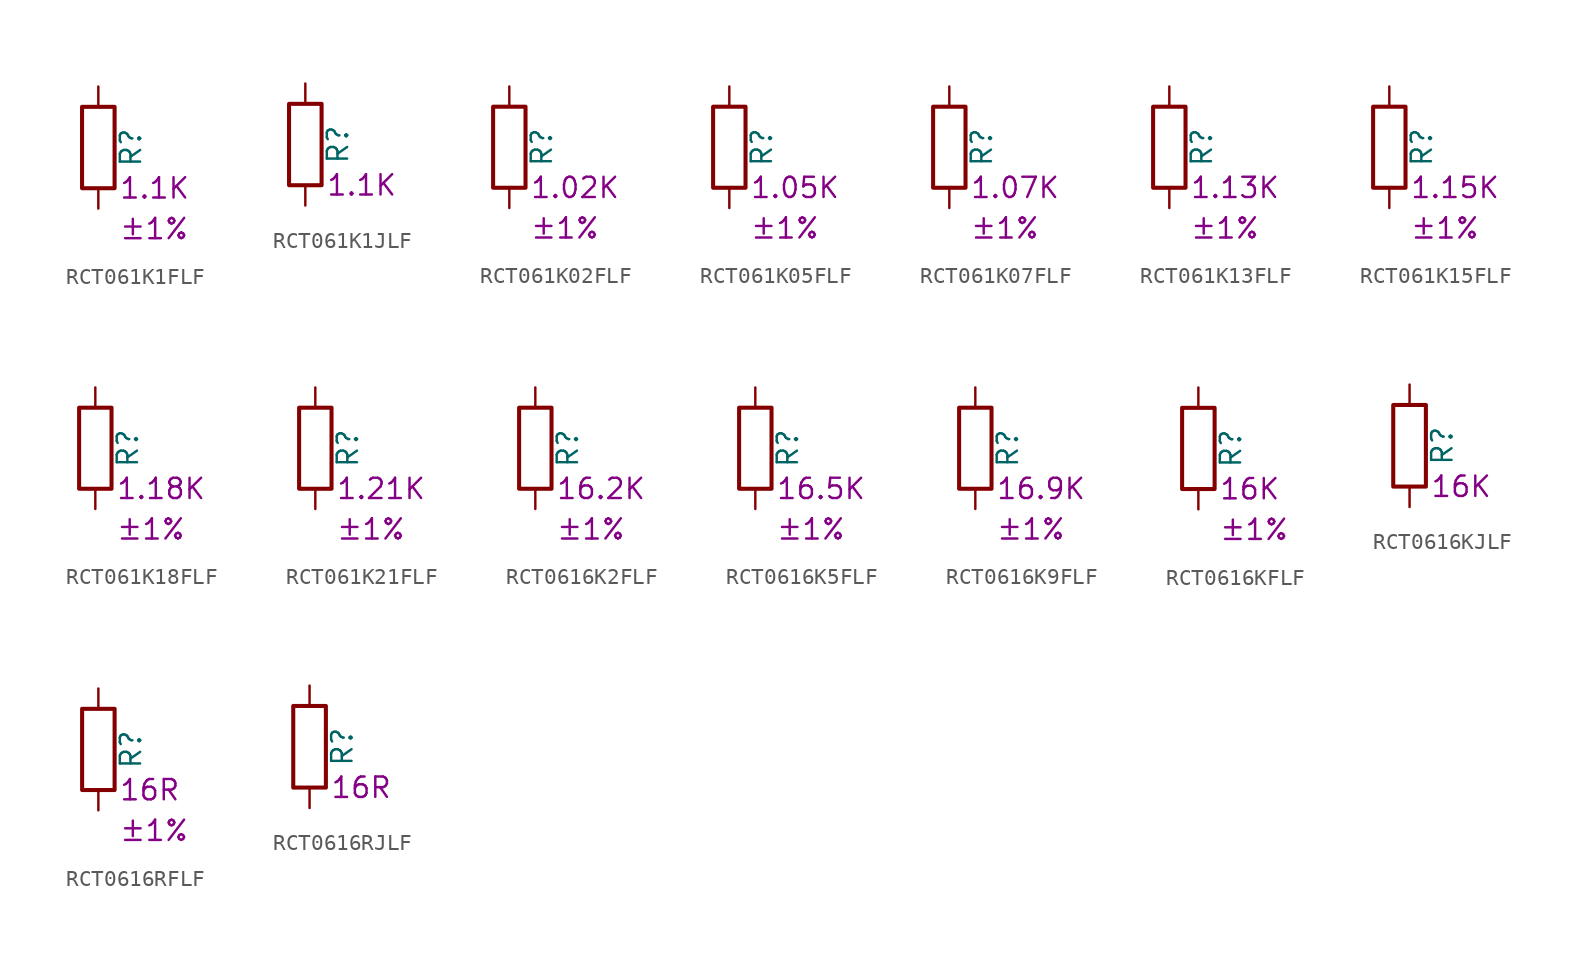
<source format=kicad_sym>
(kicad_symbol_lib
  (version 20220914)
  (generator kicad_symbol_editor)
  (symbol "RCT061K1FLF"
    (pin_numbers hide)
    (pin_names
      (offset 0))
    (property "Reference" "R"
      (at 2.032 0 90)
      (effects (font (size 1.27 1.27))))
    (property "Resistance" "1.1K"
      (at 1.27 -2.54 0)
      (effects (font (size 1.27 1.27)) (justify left)))
    (property "Tolerance" "±1%"
      (at 1.27 -5.08 0)
      (effects (font (size 1.27 1.27)) (justify left)))
    (symbol "RCT061K1FLF_0_1"
      (rectangle (start -1.016 -2.54) (end 1.016 2.54) (stroke (width 0.254) (type default)) (fill (type none))))
    (symbol "RCT061K1FLF_1_1"
      (pin passive line (at 0 3.81 270) (length 1.27) (name "~" (effects (font (size 1.27 1.27)))) (number "1" (effects (font (size 1.27 1.27)))))
      (pin passive line (at 0 -3.81 90) (length 1.27) (name "~" (effects (font (size 1.27 1.27)))) (number "2" (effects (font (size 1.27 1.27)))))))
  (symbol "RCT061K1JLF"
    (pin_numbers hide)
    (pin_names
      (offset 0))
    (property "Reference" "R"
      (at 2.032 0 90)
      (effects (font (size 1.27 1.27))))
    (property "Resistance" "1.1K"
      (at 1.27 -2.54 0)
      (effects (font (size 1.27 1.27)) (justify left)))
    (symbol "RCT061K1JLF_0_1"
      (rectangle (start -1.016 -2.54) (end 1.016 2.54) (stroke (width 0.254) (type default)) (fill (type none))))
    (symbol "RCT061K1JLF_1_1"
      (pin passive line (at 0 3.81 270) (length 1.27) (name "~" (effects (font (size 1.27 1.27)))) (number "1" (effects (font (size 1.27 1.27)))))
      (pin passive line (at 0 -3.81 90) (length 1.27) (name "~" (effects (font (size 1.27 1.27)))) (number "2" (effects (font (size 1.27 1.27)))))))
  (symbol "RCT061K02FLF"
    (pin_numbers hide)
    (pin_names
      (offset 0))
    (property "Reference" "R"
      (at 2.032 0 90)
      (effects (font (size 1.27 1.27))))
    (property "Resistance" "1.02K"
      (at 1.27 -2.54 0)
      (effects (font (size 1.27 1.27)) (justify left)))
    (property "Tolerance" "±1%"
      (at 1.27 -5.08 0)
      (effects (font (size 1.27 1.27)) (justify left)))
    (symbol "RCT061K02FLF_0_1"
      (rectangle (start -1.016 -2.54) (end 1.016 2.54) (stroke (width 0.254) (type default)) (fill (type none))))
    (symbol "RCT061K02FLF_1_1"
      (pin passive line (at 0 3.81 270) (length 1.27) (name "~" (effects (font (size 1.27 1.27)))) (number "1" (effects (font (size 1.27 1.27)))))
      (pin passive line (at 0 -3.81 90) (length 1.27) (name "~" (effects (font (size 1.27 1.27)))) (number "2" (effects (font (size 1.27 1.27)))))))
  (symbol "RCT061K05FLF"
    (pin_numbers hide)
    (pin_names
      (offset 0))
    (property "Reference" "R"
      (at 2.032 0 90)
      (effects (font (size 1.27 1.27))))
    (property "Resistance" "1.05K"
      (at 1.27 -2.54 0)
      (effects (font (size 1.27 1.27)) (justify left)))
    (property "Tolerance" "±1%"
      (at 1.27 -5.08 0)
      (effects (font (size 1.27 1.27)) (justify left)))
    (symbol "RCT061K05FLF_0_1"
      (rectangle (start -1.016 -2.54) (end 1.016 2.54) (stroke (width 0.254) (type default)) (fill (type none))))
    (symbol "RCT061K05FLF_1_1"
      (pin passive line (at 0 3.81 270) (length 1.27) (name "~" (effects (font (size 1.27 1.27)))) (number "1" (effects (font (size 1.27 1.27)))))
      (pin passive line (at 0 -3.81 90) (length 1.27) (name "~" (effects (font (size 1.27 1.27)))) (number "2" (effects (font (size 1.27 1.27)))))))
  (symbol "RCT061K07FLF"
    (pin_numbers hide)
    (pin_names
      (offset 0))
    (property "Reference" "R"
      (at 2.032 0 90)
      (effects (font (size 1.27 1.27))))
    (property "Resistance" "1.07K"
      (at 1.27 -2.54 0)
      (effects (font (size 1.27 1.27)) (justify left)))
    (property "Tolerance" "±1%"
      (at 1.27 -5.08 0)
      (effects (font (size 1.27 1.27)) (justify left)))
    (symbol "RCT061K07FLF_0_1"
      (rectangle (start -1.016 -2.54) (end 1.016 2.54) (stroke (width 0.254) (type default)) (fill (type none))))
    (symbol "RCT061K07FLF_1_1"
      (pin passive line (at 0 3.81 270) (length 1.27) (name "~" (effects (font (size 1.27 1.27)))) (number "1" (effects (font (size 1.27 1.27)))))
      (pin passive line (at 0 -3.81 90) (length 1.27) (name "~" (effects (font (size 1.27 1.27)))) (number "2" (effects (font (size 1.27 1.27)))))))
  (symbol "RCT061K13FLF"
    (pin_numbers hide)
    (pin_names
      (offset 0))
    (property "Reference" "R"
      (at 2.032 0 90)
      (effects (font (size 1.27 1.27))))
    (property "Resistance" "1.13K"
      (at 1.27 -2.54 0)
      (effects (font (size 1.27 1.27)) (justify left)))
    (property "Tolerance" "±1%"
      (at 1.27 -5.08 0)
      (effects (font (size 1.27 1.27)) (justify left)))
    (symbol "RCT061K13FLF_0_1"
      (rectangle (start -1.016 -2.54) (end 1.016 2.54) (stroke (width 0.254) (type default)) (fill (type none))))
    (symbol "RCT061K13FLF_1_1"
      (pin passive line (at 0 3.81 270) (length 1.27) (name "~" (effects (font (size 1.27 1.27)))) (number "1" (effects (font (size 1.27 1.27)))))
      (pin passive line (at 0 -3.81 90) (length 1.27) (name "~" (effects (font (size 1.27 1.27)))) (number "2" (effects (font (size 1.27 1.27)))))))
  (symbol "RCT061K15FLF"
    (pin_numbers hide)
    (pin_names
      (offset 0))
    (property "Reference" "R"
      (at 2.032 0 90)
      (effects (font (size 1.27 1.27))))
    (property "Resistance" "1.15K"
      (at 1.27 -2.54 0)
      (effects (font (size 1.27 1.27)) (justify left)))
    (property "Tolerance" "±1%"
      (at 1.27 -5.08 0)
      (effects (font (size 1.27 1.27)) (justify left)))
    (symbol "RCT061K15FLF_0_1"
      (rectangle (start -1.016 -2.54) (end 1.016 2.54) (stroke (width 0.254) (type default)) (fill (type none))))
    (symbol "RCT061K15FLF_1_1"
      (pin passive line (at 0 3.81 270) (length 1.27) (name "~" (effects (font (size 1.27 1.27)))) (number "1" (effects (font (size 1.27 1.27)))))
      (pin passive line (at 0 -3.81 90) (length 1.27) (name "~" (effects (font (size 1.27 1.27)))) (number "2" (effects (font (size 1.27 1.27)))))))
  (symbol "RCT061K18FLF"
    (pin_numbers hide)
    (pin_names
      (offset 0))
    (property "Reference" "R"
      (at 2.032 0 90)
      (effects (font (size 1.27 1.27))))
    (property "Resistance" "1.18K"
      (at 1.27 -2.54 0)
      (effects (font (size 1.27 1.27)) (justify left)))
    (property "Tolerance" "±1%"
      (at 1.27 -5.08 0)
      (effects (font (size 1.27 1.27)) (justify left)))
    (symbol "RCT061K18FLF_0_1"
      (rectangle (start -1.016 -2.54) (end 1.016 2.54) (stroke (width 0.254) (type default)) (fill (type none))))
    (symbol "RCT061K18FLF_1_1"
      (pin passive line (at 0 3.81 270) (length 1.27) (name "~" (effects (font (size 1.27 1.27)))) (number "1" (effects (font (size 1.27 1.27)))))
      (pin passive line (at 0 -3.81 90) (length 1.27) (name "~" (effects (font (size 1.27 1.27)))) (number "2" (effects (font (size 1.27 1.27)))))))
  (symbol "RCT061K21FLF"
    (pin_numbers hide)
    (pin_names
      (offset 0))
    (property "Reference" "R"
      (at 2.032 0 90)
      (effects (font (size 1.27 1.27))))
    (property "Resistance" "1.21K"
      (at 1.27 -2.54 0)
      (effects (font (size 1.27 1.27)) (justify left)))
    (property "Tolerance" "±1%"
      (at 1.27 -5.08 0)
      (effects (font (size 1.27 1.27)) (justify left)))
    (symbol "RCT061K21FLF_0_1"
      (rectangle (start -1.016 -2.54) (end 1.016 2.54) (stroke (width 0.254) (type default)) (fill (type none))))
    (symbol "RCT061K21FLF_1_1"
      (pin passive line (at 0 3.81 270) (length 1.27) (name "~" (effects (font (size 1.27 1.27)))) (number "1" (effects (font (size 1.27 1.27)))))
      (pin passive line (at 0 -3.81 90) (length 1.27) (name "~" (effects (font (size 1.27 1.27)))) (number "2" (effects (font (size 1.27 1.27)))))))
  (symbol "RCT0616K2FLF"
    (pin_numbers hide)
    (pin_names
      (offset 0))
    (property "Reference" "R"
      (at 2.032 0 90)
      (effects (font (size 1.27 1.27))))
    (property "Resistance" "16.2K"
      (at 1.27 -2.54 0)
      (effects (font (size 1.27 1.27)) (justify left)))
    (property "Tolerance" "±1%"
      (at 1.27 -5.08 0)
      (effects (font (size 1.27 1.27)) (justify left)))
    (symbol "RCT0616K2FLF_0_1"
      (rectangle (start -1.016 -2.54) (end 1.016 2.54) (stroke (width 0.254) (type default)) (fill (type none))))
    (symbol "RCT0616K2FLF_1_1"
      (pin passive line (at 0 3.81 270) (length 1.27) (name "~" (effects (font (size 1.27 1.27)))) (number "1" (effects (font (size 1.27 1.27)))))
      (pin passive line (at 0 -3.81 90) (length 1.27) (name "~" (effects (font (size 1.27 1.27)))) (number "2" (effects (font (size 1.27 1.27)))))))
  (symbol "RCT0616K5FLF"
    (pin_numbers hide)
    (pin_names
      (offset 0))
    (property "Reference" "R"
      (at 2.032 0 90)
      (effects (font (size 1.27 1.27))))
    (property "Resistance" "16.5K"
      (at 1.27 -2.54 0)
      (effects (font (size 1.27 1.27)) (justify left)))
    (property "Tolerance" "±1%"
      (at 1.27 -5.08 0)
      (effects (font (size 1.27 1.27)) (justify left)))
    (symbol "RCT0616K5FLF_0_1"
      (rectangle (start -1.016 -2.54) (end 1.016 2.54) (stroke (width 0.254) (type default)) (fill (type none))))
    (symbol "RCT0616K5FLF_1_1"
      (pin passive line (at 0 3.81 270) (length 1.27) (name "~" (effects (font (size 1.27 1.27)))) (number "1" (effects (font (size 1.27 1.27)))))
      (pin passive line (at 0 -3.81 90) (length 1.27) (name "~" (effects (font (size 1.27 1.27)))) (number "2" (effects (font (size 1.27 1.27)))))))
  (symbol "RCT0616K9FLF"
    (pin_numbers hide)
    (pin_names
      (offset 0))
    (property "Reference" "R"
      (at 2.032 0 90)
      (effects (font (size 1.27 1.27))))
    (property "Resistance" "16.9K"
      (at 1.27 -2.54 0)
      (effects (font (size 1.27 1.27)) (justify left)))
    (property "Tolerance" "±1%"
      (at 1.27 -5.08 0)
      (effects (font (size 1.27 1.27)) (justify left)))
    (symbol "RCT0616K9FLF_0_1"
      (rectangle (start -1.016 -2.54) (end 1.016 2.54) (stroke (width 0.254) (type default)) (fill (type none))))
    (symbol "RCT0616K9FLF_1_1"
      (pin passive line (at 0 3.81 270) (length 1.27) (name "~" (effects (font (size 1.27 1.27)))) (number "1" (effects (font (size 1.27 1.27)))))
      (pin passive line (at 0 -3.81 90) (length 1.27) (name "~" (effects (font (size 1.27 1.27)))) (number "2" (effects (font (size 1.27 1.27)))))))
  (symbol "RCT0616KFLF"
    (pin_numbers hide)
    (pin_names
      (offset 0))
    (property "Reference" "R"
      (at 2.032 0 90)
      (effects (font (size 1.27 1.27))))
    (property "Resistance" "16K"
      (at 1.27 -2.54 0)
      (effects (font (size 1.27 1.27)) (justify left)))
    (property "Tolerance" "±1%"
      (at 1.27 -5.08 0)
      (effects (font (size 1.27 1.27)) (justify left)))
    (symbol "RCT0616KFLF_0_1"
      (rectangle (start -1.016 -2.54) (end 1.016 2.54) (stroke (width 0.254) (type default)) (fill (type none))))
    (symbol "RCT0616KFLF_1_1"
      (pin passive line (at 0 3.81 270) (length 1.27) (name "~" (effects (font (size 1.27 1.27)))) (number "1" (effects (font (size 1.27 1.27)))))
      (pin passive line (at 0 -3.81 90) (length 1.27) (name "~" (effects (font (size 1.27 1.27)))) (number "2" (effects (font (size 1.27 1.27)))))))
  (symbol "RCT0616KJLF"
    (pin_numbers hide)
    (pin_names
      (offset 0))
    (property "Reference" "R"
      (at 2.032 0 90)
      (effects (font (size 1.27 1.27))))
    (property "Resistance" "16K"
      (at 1.27 -2.54 0)
      (effects (font (size 1.27 1.27)) (justify left)))
    (symbol "RCT0616KJLF_0_1"
      (rectangle (start -1.016 -2.54) (end 1.016 2.54) (stroke (width 0.254) (type default)) (fill (type none))))
    (symbol "RCT0616KJLF_1_1"
      (pin passive line (at 0 3.81 270) (length 1.27) (name "~" (effects (font (size 1.27 1.27)))) (number "1" (effects (font (size 1.27 1.27)))))
      (pin passive line (at 0 -3.81 90) (length 1.27) (name "~" (effects (font (size 1.27 1.27)))) (number "2" (effects (font (size 1.27 1.27)))))))
  (symbol "RCT0616RFLF"
    (pin_numbers hide)
    (pin_names
      (offset 0))
    (property "Reference" "R"
      (at 2.032 0 90)
      (effects (font (size 1.27 1.27))))
    (property "Resistance" "16R"
      (at 1.27 -2.54 0)
      (effects (font (size 1.27 1.27)) (justify left)))
    (property "Tolerance" "±1%"
      (at 1.27 -5.08 0)
      (effects (font (size 1.27 1.27)) (justify left)))
    (symbol "RCT0616RFLF_0_1"
      (rectangle (start -1.016 -2.54) (end 1.016 2.54) (stroke (width 0.254) (type default)) (fill (type none))))
    (symbol "RCT0616RFLF_1_1"
      (pin passive line (at 0 3.81 270) (length 1.27) (name "~" (effects (font (size 1.27 1.27)))) (number "1" (effects (font (size 1.27 1.27)))))
      (pin passive line (at 0 -3.81 90) (length 1.27) (name "~" (effects (font (size 1.27 1.27)))) (number "2" (effects (font (size 1.27 1.27)))))))
  (symbol "RCT0616RJLF"
    (pin_numbers hide)
    (pin_names
      (offset 0))
    (property "Reference" "R"
      (at 2.032 0 90)
      (effects (font (size 1.27 1.27))))
    (property "Resistance" "16R"
      (at 1.27 -2.54 0)
      (effects (font (size 1.27 1.27)) (justify left)))
    (symbol "RCT0616RJLF_0_1"
      (rectangle (start -1.016 -2.54) (end 1.016 2.54) (stroke (width 0.254) (type default)) (fill (type none))))
    (symbol "RCT0616RJLF_1_1"
      (pin passive line (at 0 3.81 270) (length 1.27) (name "~" (effects (font (size 1.27 1.27)))) (number "1" (effects (font (size 1.27 1.27)))))
      (pin passive line (at 0 -3.81 90) (length 1.27) (name "~" (effects (font (size 1.27 1.27)))) (number "2" (effects (font (size 1.27 1.27))))))))
</source>
